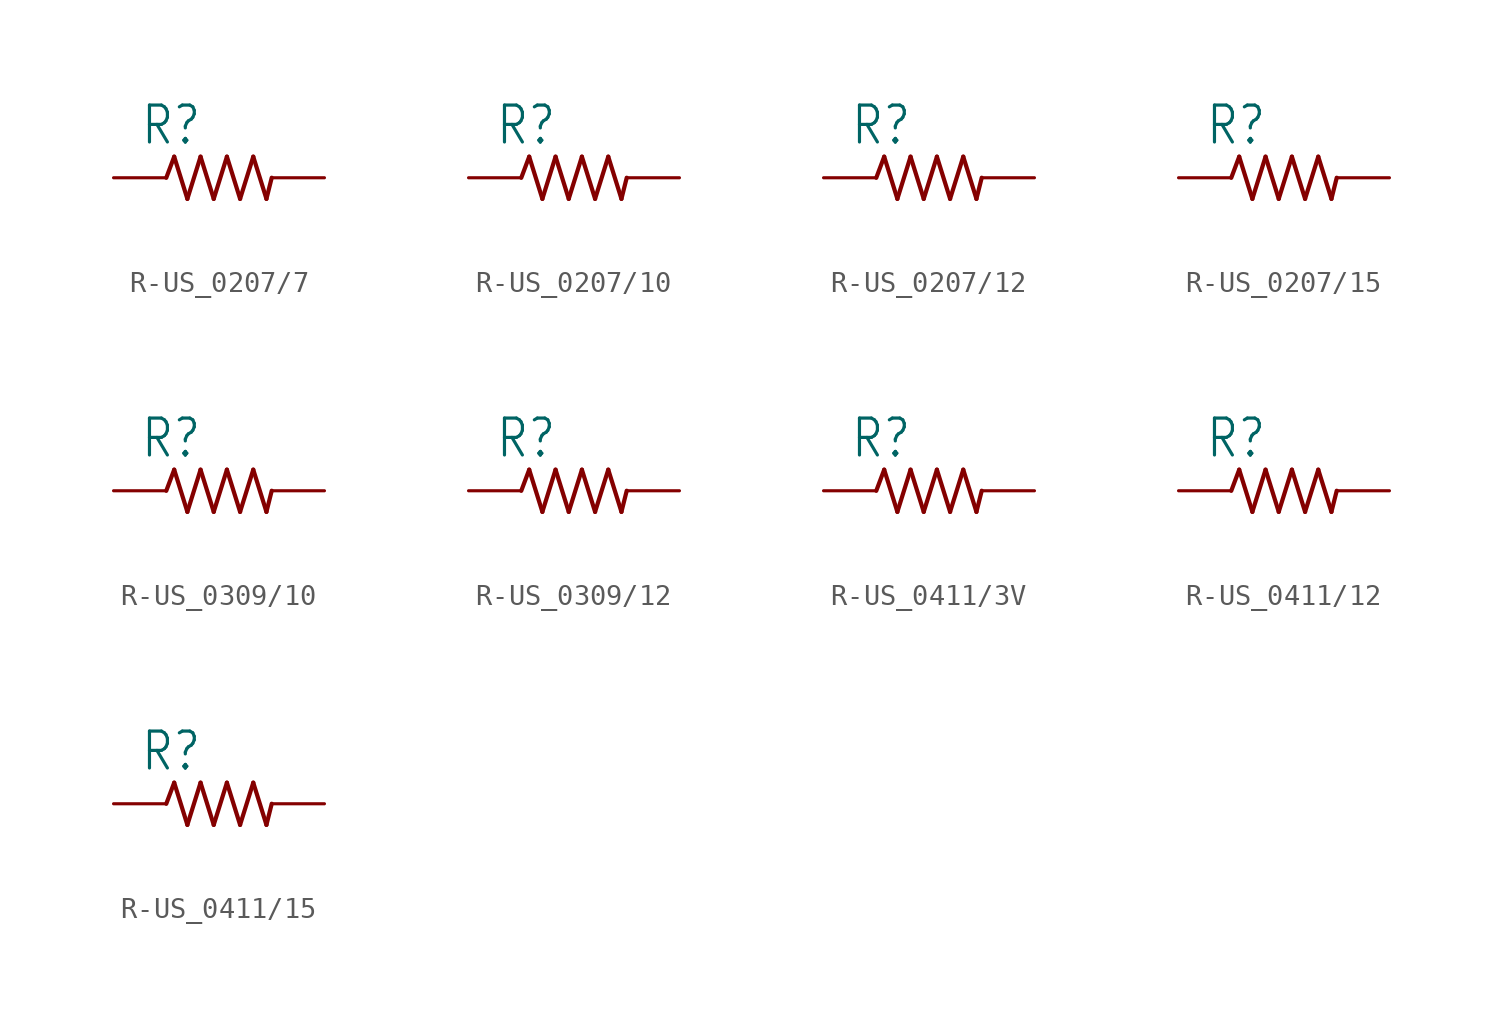
<source format=kicad_sym>
(kicad_symbol_lib
  (version 20220914)
  (generator kicad_symbol_editor)
  (symbol "R-US_0207/7"
    (property "Reference" "R"
      (at -3.81 1.499 0)
      (effects (font (size 1.778 1.511)) (justify left bottom)))
    (property "Value" ""
      (at -3.81 -3.302 0)
      (effects (font (size 1.778 1.511)) (justify left bottom)))
    (property "ki_locked" ""
      (at 0 0 0)
      (effects (font (size 1.27 1.27))))
    (symbol "R-US_0207/7_1_0"
      (polyline (pts (xy -2.54 0) (xy -2.159 1.016)) (stroke (width 0.203) (type solid)) (fill (type none)))
      (polyline (pts (xy -2.159 1.016) (xy -1.524 -1.016)) (stroke (width 0.203) (type solid)) (fill (type none)))
      (polyline (pts (xy -1.524 -1.016) (xy -0.889 1.016)) (stroke (width 0.203) (type solid)) (fill (type none)))
      (polyline (pts (xy -0.889 1.016) (xy -0.254 -1.016)) (stroke (width 0.203) (type solid)) (fill (type none)))
      (polyline (pts (xy -0.254 -1.016) (xy 0.381 1.016)) (stroke (width 0.203) (type solid)) (fill (type none)))
      (polyline (pts (xy 0.381 1.016) (xy 1.016 -1.016)) (stroke (width 0.203) (type solid)) (fill (type none)))
      (polyline (pts (xy 1.016 -1.016) (xy 1.651 1.016)) (stroke (width 0.203) (type solid)) (fill (type none)))
      (polyline (pts (xy 1.651 1.016) (xy 2.286 -1.016)) (stroke (width 0.203) (type solid)) (fill (type none)))
      (polyline (pts (xy 2.286 -1.016) (xy 2.54 0)) (stroke (width 0.203) (type solid)) (fill (type none)))
      (pin passive line (at -5.08 0 0) (length 2.54) (name "1" (effects (font (size 0 0)))) (number "1" (effects (font (size 0 0)))))
      (pin passive line (at 5.08 0 180) (length 2.54) (name "2" (effects (font (size 0 0)))) (number "2" (effects (font (size 0 0)))))))
  (symbol "R-US_0207/10"
    (property "Reference" "R"
      (at -3.81 1.499 0)
      (effects (font (size 1.778 1.511)) (justify left bottom)))
    (property "Value" ""
      (at -3.81 -3.302 0)
      (effects (font (size 1.778 1.511)) (justify left bottom)))
    (property "ki_locked" ""
      (at 0 0 0)
      (effects (font (size 1.27 1.27))))
    (symbol "R-US_0207/10_1_0"
      (polyline (pts (xy -2.54 0) (xy -2.159 1.016)) (stroke (width 0.203) (type solid)) (fill (type none)))
      (polyline (pts (xy -2.159 1.016) (xy -1.524 -1.016)) (stroke (width 0.203) (type solid)) (fill (type none)))
      (polyline (pts (xy -1.524 -1.016) (xy -0.889 1.016)) (stroke (width 0.203) (type solid)) (fill (type none)))
      (polyline (pts (xy -0.889 1.016) (xy -0.254 -1.016)) (stroke (width 0.203) (type solid)) (fill (type none)))
      (polyline (pts (xy -0.254 -1.016) (xy 0.381 1.016)) (stroke (width 0.203) (type solid)) (fill (type none)))
      (polyline (pts (xy 0.381 1.016) (xy 1.016 -1.016)) (stroke (width 0.203) (type solid)) (fill (type none)))
      (polyline (pts (xy 1.016 -1.016) (xy 1.651 1.016)) (stroke (width 0.203) (type solid)) (fill (type none)))
      (polyline (pts (xy 1.651 1.016) (xy 2.286 -1.016)) (stroke (width 0.203) (type solid)) (fill (type none)))
      (polyline (pts (xy 2.286 -1.016) (xy 2.54 0)) (stroke (width 0.203) (type solid)) (fill (type none)))
      (pin passive line (at -5.08 0 0) (length 2.54) (name "1" (effects (font (size 0 0)))) (number "1" (effects (font (size 0 0)))))
      (pin passive line (at 5.08 0 180) (length 2.54) (name "2" (effects (font (size 0 0)))) (number "2" (effects (font (size 0 0)))))))
  (symbol "R-US_0207/12"
    (property "Reference" "R"
      (at -3.81 1.499 0)
      (effects (font (size 1.778 1.511)) (justify left bottom)))
    (property "Value" ""
      (at -3.81 -3.302 0)
      (effects (font (size 1.778 1.511)) (justify left bottom)))
    (property "ki_locked" ""
      (at 0 0 0)
      (effects (font (size 1.27 1.27))))
    (symbol "R-US_0207/12_1_0"
      (polyline (pts (xy -2.54 0) (xy -2.159 1.016)) (stroke (width 0.203) (type solid)) (fill (type none)))
      (polyline (pts (xy -2.159 1.016) (xy -1.524 -1.016)) (stroke (width 0.203) (type solid)) (fill (type none)))
      (polyline (pts (xy -1.524 -1.016) (xy -0.889 1.016)) (stroke (width 0.203) (type solid)) (fill (type none)))
      (polyline (pts (xy -0.889 1.016) (xy -0.254 -1.016)) (stroke (width 0.203) (type solid)) (fill (type none)))
      (polyline (pts (xy -0.254 -1.016) (xy 0.381 1.016)) (stroke (width 0.203) (type solid)) (fill (type none)))
      (polyline (pts (xy 0.381 1.016) (xy 1.016 -1.016)) (stroke (width 0.203) (type solid)) (fill (type none)))
      (polyline (pts (xy 1.016 -1.016) (xy 1.651 1.016)) (stroke (width 0.203) (type solid)) (fill (type none)))
      (polyline (pts (xy 1.651 1.016) (xy 2.286 -1.016)) (stroke (width 0.203) (type solid)) (fill (type none)))
      (polyline (pts (xy 2.286 -1.016) (xy 2.54 0)) (stroke (width 0.203) (type solid)) (fill (type none)))
      (pin passive line (at -5.08 0 0) (length 2.54) (name "1" (effects (font (size 0 0)))) (number "1" (effects (font (size 0 0)))))
      (pin passive line (at 5.08 0 180) (length 2.54) (name "2" (effects (font (size 0 0)))) (number "2" (effects (font (size 0 0)))))))
  (symbol "R-US_0207/15"
    (property "Reference" "R"
      (at -3.81 1.499 0)
      (effects (font (size 1.778 1.511)) (justify left bottom)))
    (property "Value" ""
      (at -3.81 -3.302 0)
      (effects (font (size 1.778 1.511)) (justify left bottom)))
    (property "ki_locked" ""
      (at 0 0 0)
      (effects (font (size 1.27 1.27))))
    (symbol "R-US_0207/15_1_0"
      (polyline (pts (xy -2.54 0) (xy -2.159 1.016)) (stroke (width 0.203) (type solid)) (fill (type none)))
      (polyline (pts (xy -2.159 1.016) (xy -1.524 -1.016)) (stroke (width 0.203) (type solid)) (fill (type none)))
      (polyline (pts (xy -1.524 -1.016) (xy -0.889 1.016)) (stroke (width 0.203) (type solid)) (fill (type none)))
      (polyline (pts (xy -0.889 1.016) (xy -0.254 -1.016)) (stroke (width 0.203) (type solid)) (fill (type none)))
      (polyline (pts (xy -0.254 -1.016) (xy 0.381 1.016)) (stroke (width 0.203) (type solid)) (fill (type none)))
      (polyline (pts (xy 0.381 1.016) (xy 1.016 -1.016)) (stroke (width 0.203) (type solid)) (fill (type none)))
      (polyline (pts (xy 1.016 -1.016) (xy 1.651 1.016)) (stroke (width 0.203) (type solid)) (fill (type none)))
      (polyline (pts (xy 1.651 1.016) (xy 2.286 -1.016)) (stroke (width 0.203) (type solid)) (fill (type none)))
      (polyline (pts (xy 2.286 -1.016) (xy 2.54 0)) (stroke (width 0.203) (type solid)) (fill (type none)))
      (pin passive line (at -5.08 0 0) (length 2.54) (name "1" (effects (font (size 0 0)))) (number "1" (effects (font (size 0 0)))))
      (pin passive line (at 5.08 0 180) (length 2.54) (name "2" (effects (font (size 0 0)))) (number "2" (effects (font (size 0 0)))))))
  (symbol "R-US_0309/10"
    (property "Reference" "R"
      (at -3.81 1.499 0)
      (effects (font (size 1.778 1.511)) (justify left bottom)))
    (property "Value" ""
      (at -3.81 -3.302 0)
      (effects (font (size 1.778 1.511)) (justify left bottom)))
    (property "ki_locked" ""
      (at 0 0 0)
      (effects (font (size 1.27 1.27))))
    (symbol "R-US_0309/10_1_0"
      (polyline (pts (xy -2.54 0) (xy -2.159 1.016)) (stroke (width 0.203) (type solid)) (fill (type none)))
      (polyline (pts (xy -2.159 1.016) (xy -1.524 -1.016)) (stroke (width 0.203) (type solid)) (fill (type none)))
      (polyline (pts (xy -1.524 -1.016) (xy -0.889 1.016)) (stroke (width 0.203) (type solid)) (fill (type none)))
      (polyline (pts (xy -0.889 1.016) (xy -0.254 -1.016)) (stroke (width 0.203) (type solid)) (fill (type none)))
      (polyline (pts (xy -0.254 -1.016) (xy 0.381 1.016)) (stroke (width 0.203) (type solid)) (fill (type none)))
      (polyline (pts (xy 0.381 1.016) (xy 1.016 -1.016)) (stroke (width 0.203) (type solid)) (fill (type none)))
      (polyline (pts (xy 1.016 -1.016) (xy 1.651 1.016)) (stroke (width 0.203) (type solid)) (fill (type none)))
      (polyline (pts (xy 1.651 1.016) (xy 2.286 -1.016)) (stroke (width 0.203) (type solid)) (fill (type none)))
      (polyline (pts (xy 2.286 -1.016) (xy 2.54 0)) (stroke (width 0.203) (type solid)) (fill (type none)))
      (pin passive line (at -5.08 0 0) (length 2.54) (name "1" (effects (font (size 0 0)))) (number "1" (effects (font (size 0 0)))))
      (pin passive line (at 5.08 0 180) (length 2.54) (name "2" (effects (font (size 0 0)))) (number "2" (effects (font (size 0 0)))))))
  (symbol "R-US_0309/12"
    (property "Reference" "R"
      (at -3.81 1.499 0)
      (effects (font (size 1.778 1.511)) (justify left bottom)))
    (property "Value" ""
      (at -3.81 -3.302 0)
      (effects (font (size 1.778 1.511)) (justify left bottom)))
    (property "ki_locked" ""
      (at 0 0 0)
      (effects (font (size 1.27 1.27))))
    (symbol "R-US_0309/12_1_0"
      (polyline (pts (xy -2.54 0) (xy -2.159 1.016)) (stroke (width 0.203) (type solid)) (fill (type none)))
      (polyline (pts (xy -2.159 1.016) (xy -1.524 -1.016)) (stroke (width 0.203) (type solid)) (fill (type none)))
      (polyline (pts (xy -1.524 -1.016) (xy -0.889 1.016)) (stroke (width 0.203) (type solid)) (fill (type none)))
      (polyline (pts (xy -0.889 1.016) (xy -0.254 -1.016)) (stroke (width 0.203) (type solid)) (fill (type none)))
      (polyline (pts (xy -0.254 -1.016) (xy 0.381 1.016)) (stroke (width 0.203) (type solid)) (fill (type none)))
      (polyline (pts (xy 0.381 1.016) (xy 1.016 -1.016)) (stroke (width 0.203) (type solid)) (fill (type none)))
      (polyline (pts (xy 1.016 -1.016) (xy 1.651 1.016)) (stroke (width 0.203) (type solid)) (fill (type none)))
      (polyline (pts (xy 1.651 1.016) (xy 2.286 -1.016)) (stroke (width 0.203) (type solid)) (fill (type none)))
      (polyline (pts (xy 2.286 -1.016) (xy 2.54 0)) (stroke (width 0.203) (type solid)) (fill (type none)))
      (pin passive line (at -5.08 0 0) (length 2.54) (name "1" (effects (font (size 0 0)))) (number "1" (effects (font (size 0 0)))))
      (pin passive line (at 5.08 0 180) (length 2.54) (name "2" (effects (font (size 0 0)))) (number "2" (effects (font (size 0 0)))))))
  (symbol "R-US_0411/3V"
    (property "Reference" "R"
      (at -3.81 1.499 0)
      (effects (font (size 1.778 1.511)) (justify left bottom)))
    (property "Value" ""
      (at -3.81 -3.302 0)
      (effects (font (size 1.778 1.511)) (justify left bottom)))
    (property "ki_locked" ""
      (at 0 0 0)
      (effects (font (size 1.27 1.27))))
    (symbol "R-US_0411/3V_1_0"
      (polyline (pts (xy -2.54 0) (xy -2.159 1.016)) (stroke (width 0.203) (type solid)) (fill (type none)))
      (polyline (pts (xy -2.159 1.016) (xy -1.524 -1.016)) (stroke (width 0.203) (type solid)) (fill (type none)))
      (polyline (pts (xy -1.524 -1.016) (xy -0.889 1.016)) (stroke (width 0.203) (type solid)) (fill (type none)))
      (polyline (pts (xy -0.889 1.016) (xy -0.254 -1.016)) (stroke (width 0.203) (type solid)) (fill (type none)))
      (polyline (pts (xy -0.254 -1.016) (xy 0.381 1.016)) (stroke (width 0.203) (type solid)) (fill (type none)))
      (polyline (pts (xy 0.381 1.016) (xy 1.016 -1.016)) (stroke (width 0.203) (type solid)) (fill (type none)))
      (polyline (pts (xy 1.016 -1.016) (xy 1.651 1.016)) (stroke (width 0.203) (type solid)) (fill (type none)))
      (polyline (pts (xy 1.651 1.016) (xy 2.286 -1.016)) (stroke (width 0.203) (type solid)) (fill (type none)))
      (polyline (pts (xy 2.286 -1.016) (xy 2.54 0)) (stroke (width 0.203) (type solid)) (fill (type none)))
      (pin passive line (at -5.08 0 0) (length 2.54) (name "1" (effects (font (size 0 0)))) (number "1" (effects (font (size 0 0)))))
      (pin passive line (at 5.08 0 180) (length 2.54) (name "2" (effects (font (size 0 0)))) (number "2" (effects (font (size 0 0)))))))
  (symbol "R-US_0411/12"
    (property "Reference" "R"
      (at -3.81 1.499 0)
      (effects (font (size 1.778 1.511)) (justify left bottom)))
    (property "Value" ""
      (at -3.81 -3.302 0)
      (effects (font (size 1.778 1.511)) (justify left bottom)))
    (property "ki_locked" ""
      (at 0 0 0)
      (effects (font (size 1.27 1.27))))
    (symbol "R-US_0411/12_1_0"
      (polyline (pts (xy -2.54 0) (xy -2.159 1.016)) (stroke (width 0.203) (type solid)) (fill (type none)))
      (polyline (pts (xy -2.159 1.016) (xy -1.524 -1.016)) (stroke (width 0.203) (type solid)) (fill (type none)))
      (polyline (pts (xy -1.524 -1.016) (xy -0.889 1.016)) (stroke (width 0.203) (type solid)) (fill (type none)))
      (polyline (pts (xy -0.889 1.016) (xy -0.254 -1.016)) (stroke (width 0.203) (type solid)) (fill (type none)))
      (polyline (pts (xy -0.254 -1.016) (xy 0.381 1.016)) (stroke (width 0.203) (type solid)) (fill (type none)))
      (polyline (pts (xy 0.381 1.016) (xy 1.016 -1.016)) (stroke (width 0.203) (type solid)) (fill (type none)))
      (polyline (pts (xy 1.016 -1.016) (xy 1.651 1.016)) (stroke (width 0.203) (type solid)) (fill (type none)))
      (polyline (pts (xy 1.651 1.016) (xy 2.286 -1.016)) (stroke (width 0.203) (type solid)) (fill (type none)))
      (polyline (pts (xy 2.286 -1.016) (xy 2.54 0)) (stroke (width 0.203) (type solid)) (fill (type none)))
      (pin passive line (at -5.08 0 0) (length 2.54) (name "1" (effects (font (size 0 0)))) (number "1" (effects (font (size 0 0)))))
      (pin passive line (at 5.08 0 180) (length 2.54) (name "2" (effects (font (size 0 0)))) (number "2" (effects (font (size 0 0)))))))
  (symbol "R-US_0411/15"
    (property "Reference" "R"
      (at -3.81 1.499 0)
      (effects (font (size 1.778 1.511)) (justify left bottom)))
    (property "Value" ""
      (at -3.81 -3.302 0)
      (effects (font (size 1.778 1.511)) (justify left bottom)))
    (property "ki_locked" ""
      (at 0 0 0)
      (effects (font (size 1.27 1.27))))
    (symbol "R-US_0411/15_1_0"
      (polyline (pts (xy -2.54 0) (xy -2.159 1.016)) (stroke (width 0.203) (type solid)) (fill (type none)))
      (polyline (pts (xy -2.159 1.016) (xy -1.524 -1.016)) (stroke (width 0.203) (type solid)) (fill (type none)))
      (polyline (pts (xy -1.524 -1.016) (xy -0.889 1.016)) (stroke (width 0.203) (type solid)) (fill (type none)))
      (polyline (pts (xy -0.889 1.016) (xy -0.254 -1.016)) (stroke (width 0.203) (type solid)) (fill (type none)))
      (polyline (pts (xy -0.254 -1.016) (xy 0.381 1.016)) (stroke (width 0.203) (type solid)) (fill (type none)))
      (polyline (pts (xy 0.381 1.016) (xy 1.016 -1.016)) (stroke (width 0.203) (type solid)) (fill (type none)))
      (polyline (pts (xy 1.016 -1.016) (xy 1.651 1.016)) (stroke (width 0.203) (type solid)) (fill (type none)))
      (polyline (pts (xy 1.651 1.016) (xy 2.286 -1.016)) (stroke (width 0.203) (type solid)) (fill (type none)))
      (polyline (pts (xy 2.286 -1.016) (xy 2.54 0)) (stroke (width 0.203) (type solid)) (fill (type none)))
      (pin passive line (at -5.08 0 0) (length 2.54) (name "1" (effects (font (size 0 0)))) (number "1" (effects (font (size 0 0)))))
      (pin passive line (at 5.08 0 180) (length 2.54) (name "2" (effects (font (size 0 0)))) (number "2" (effects (font (size 0 0))))))))
</source>
